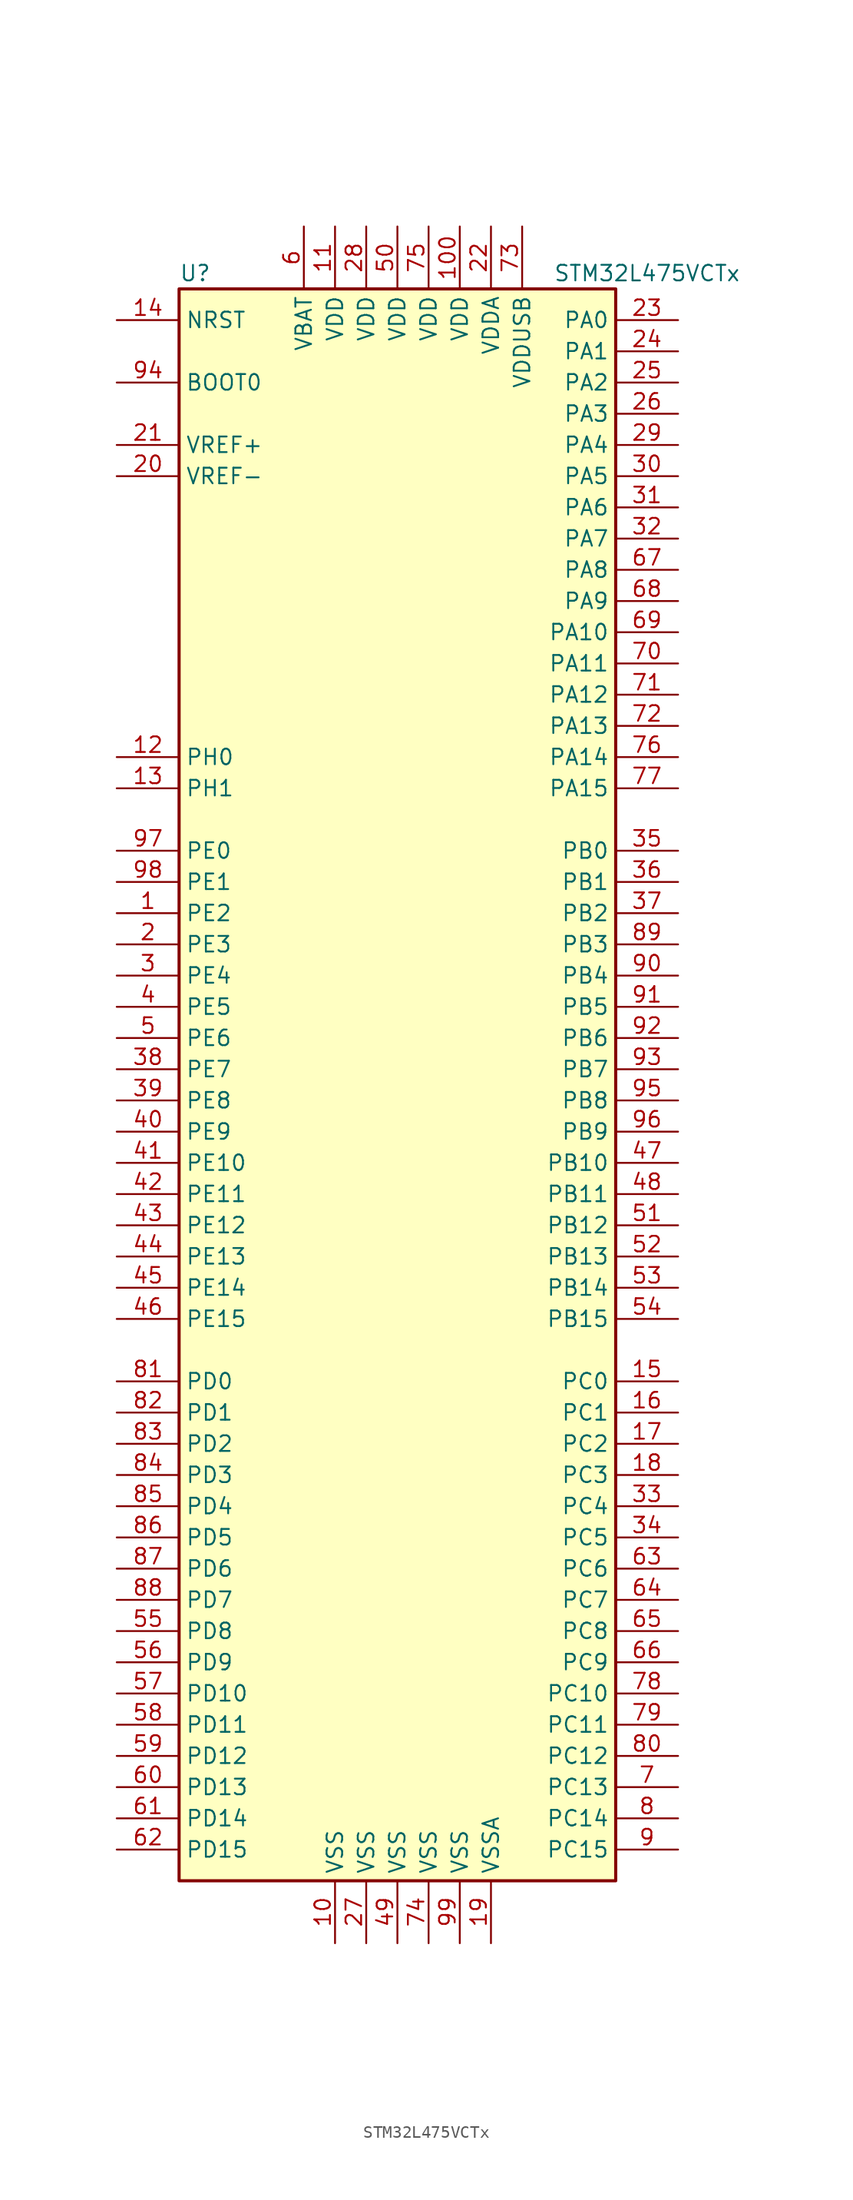
<source format=kicad_sym>
(kicad_symbol_lib
  (version 20211014)
  (generator kicad_symbol_editor)
  (symbol "STM32L475VCTx"
    (property "Reference" "U"
      (at -17.78 64.77 0)
      (effects (font (size 1.27 1.27)) (justify left)))
    (property "Value" "STM32L475VCTx"
      (at 12.7 64.77 0)
      (effects (font (size 1.27 1.27)) (justify left)))
    (symbol "STM32L475VCTx_0_1"
      (rectangle (start -17.78 -66.04) (end 17.78 63.5) (stroke (width 0.254) (type default) (color 0 0 0 0)) (fill (type background))))
    (symbol "STM32L475VCTx_1_1"
      (pin bidirectional line (at -22.86 12.7 0) (length 5.08) (name "PE2" (effects (font (size 1.27 1.27)))) (number "1" (effects (font (size 1.27 1.27)))))
      (pin power_in line (at -5.08 -71.12 90) (length 5.08) (name "VSS" (effects (font (size 1.27 1.27)))) (number "10" (effects (font (size 1.27 1.27)))))
      (pin power_in line (at 5.08 68.58 270) (length 5.08) (name "VDD" (effects (font (size 1.27 1.27)))) (number "100" (effects (font (size 1.27 1.27)))))
      (pin power_in line (at -5.08 68.58 270) (length 5.08) (name "VDD" (effects (font (size 1.27 1.27)))) (number "11" (effects (font (size 1.27 1.27)))))
      (pin input line (at -22.86 25.4 0) (length 5.08) (name "PH0" (effects (font (size 1.27 1.27)))) (number "12" (effects (font (size 1.27 1.27)))))
      (pin input line (at -22.86 22.86 0) (length 5.08) (name "PH1" (effects (font (size 1.27 1.27)))) (number "13" (effects (font (size 1.27 1.27)))))
      (pin input line (at -22.86 60.96 0) (length 5.08) (name "NRST" (effects (font (size 1.27 1.27)))) (number "14" (effects (font (size 1.27 1.27)))))
      (pin bidirectional line (at 22.86 -25.4 180) (length 5.08) (name "PC0" (effects (font (size 1.27 1.27)))) (number "15" (effects (font (size 1.27 1.27)))))
      (pin bidirectional line (at 22.86 -27.94 180) (length 5.08) (name "PC1" (effects (font (size 1.27 1.27)))) (number "16" (effects (font (size 1.27 1.27)))))
      (pin bidirectional line (at 22.86 -30.48 180) (length 5.08) (name "PC2" (effects (font (size 1.27 1.27)))) (number "17" (effects (font (size 1.27 1.27)))))
      (pin bidirectional line (at 22.86 -33.02 180) (length 5.08) (name "PC3" (effects (font (size 1.27 1.27)))) (number "18" (effects (font (size 1.27 1.27)))))
      (pin power_in line (at 7.62 -71.12 90) (length 5.08) (name "VSSA" (effects (font (size 1.27 1.27)))) (number "19" (effects (font (size 1.27 1.27)))))
      (pin bidirectional line (at -22.86 10.16 0) (length 5.08) (name "PE3" (effects (font (size 1.27 1.27)))) (number "2" (effects (font (size 1.27 1.27)))))
      (pin power_in line (at -22.86 48.26 0) (length 5.08) (name "VREF-" (effects (font (size 1.27 1.27)))) (number "20" (effects (font (size 1.27 1.27)))))
      (pin bidirectional line (at -22.86 50.8 0) (length 5.08) (name "VREF+" (effects (font (size 1.27 1.27)))) (number "21" (effects (font (size 1.27 1.27)))))
      (pin power_in line (at 7.62 68.58 270) (length 5.08) (name "VDDA" (effects (font (size 1.27 1.27)))) (number "22" (effects (font (size 1.27 1.27)))))
      (pin bidirectional line (at 22.86 60.96 180) (length 5.08) (name "PA0" (effects (font (size 1.27 1.27)))) (number "23" (effects (font (size 1.27 1.27)))))
      (pin bidirectional line (at 22.86 58.42 180) (length 5.08) (name "PA1" (effects (font (size 1.27 1.27)))) (number "24" (effects (font (size 1.27 1.27)))))
      (pin bidirectional line (at 22.86 55.88 180) (length 5.08) (name "PA2" (effects (font (size 1.27 1.27)))) (number "25" (effects (font (size 1.27 1.27)))))
      (pin bidirectional line (at 22.86 53.34 180) (length 5.08) (name "PA3" (effects (font (size 1.27 1.27)))) (number "26" (effects (font (size 1.27 1.27)))))
      (pin power_in line (at -2.54 -71.12 90) (length 5.08) (name "VSS" (effects (font (size 1.27 1.27)))) (number "27" (effects (font (size 1.27 1.27)))))
      (pin power_in line (at -2.54 68.58 270) (length 5.08) (name "VDD" (effects (font (size 1.27 1.27)))) (number "28" (effects (font (size 1.27 1.27)))))
      (pin bidirectional line (at 22.86 50.8 180) (length 5.08) (name "PA4" (effects (font (size 1.27 1.27)))) (number "29" (effects (font (size 1.27 1.27)))))
      (pin bidirectional line (at -22.86 7.62 0) (length 5.08) (name "PE4" (effects (font (size 1.27 1.27)))) (number "3" (effects (font (size 1.27 1.27)))))
      (pin bidirectional line (at 22.86 48.26 180) (length 5.08) (name "PA5" (effects (font (size 1.27 1.27)))) (number "30" (effects (font (size 1.27 1.27)))))
      (pin bidirectional line (at 22.86 45.72 180) (length 5.08) (name "PA6" (effects (font (size 1.27 1.27)))) (number "31" (effects (font (size 1.27 1.27)))))
      (pin bidirectional line (at 22.86 43.18 180) (length 5.08) (name "PA7" (effects (font (size 1.27 1.27)))) (number "32" (effects (font (size 1.27 1.27)))))
      (pin bidirectional line (at 22.86 -35.56 180) (length 5.08) (name "PC4" (effects (font (size 1.27 1.27)))) (number "33" (effects (font (size 1.27 1.27)))))
      (pin bidirectional line (at 22.86 -38.1 180) (length 5.08) (name "PC5" (effects (font (size 1.27 1.27)))) (number "34" (effects (font (size 1.27 1.27)))))
      (pin bidirectional line (at 22.86 17.78 180) (length 5.08) (name "PB0" (effects (font (size 1.27 1.27)))) (number "35" (effects (font (size 1.27 1.27)))))
      (pin bidirectional line (at 22.86 15.24 180) (length 5.08) (name "PB1" (effects (font (size 1.27 1.27)))) (number "36" (effects (font (size 1.27 1.27)))))
      (pin bidirectional line (at 22.86 12.7 180) (length 5.08) (name "PB2" (effects (font (size 1.27 1.27)))) (number "37" (effects (font (size 1.27 1.27)))))
      (pin bidirectional line (at -22.86 0 0) (length 5.08) (name "PE7" (effects (font (size 1.27 1.27)))) (number "38" (effects (font (size 1.27 1.27)))))
      (pin bidirectional line (at -22.86 -2.54 0) (length 5.08) (name "PE8" (effects (font (size 1.27 1.27)))) (number "39" (effects (font (size 1.27 1.27)))))
      (pin bidirectional line (at -22.86 5.08 0) (length 5.08) (name "PE5" (effects (font (size 1.27 1.27)))) (number "4" (effects (font (size 1.27 1.27)))))
      (pin bidirectional line (at -22.86 -5.08 0) (length 5.08) (name "PE9" (effects (font (size 1.27 1.27)))) (number "40" (effects (font (size 1.27 1.27)))))
      (pin bidirectional line (at -22.86 -7.62 0) (length 5.08) (name "PE10" (effects (font (size 1.27 1.27)))) (number "41" (effects (font (size 1.27 1.27)))))
      (pin bidirectional line (at -22.86 -10.16 0) (length 5.08) (name "PE11" (effects (font (size 1.27 1.27)))) (number "42" (effects (font (size 1.27 1.27)))))
      (pin bidirectional line (at -22.86 -12.7 0) (length 5.08) (name "PE12" (effects (font (size 1.27 1.27)))) (number "43" (effects (font (size 1.27 1.27)))))
      (pin bidirectional line (at -22.86 -15.24 0) (length 5.08) (name "PE13" (effects (font (size 1.27 1.27)))) (number "44" (effects (font (size 1.27 1.27)))))
      (pin bidirectional line (at -22.86 -17.78 0) (length 5.08) (name "PE14" (effects (font (size 1.27 1.27)))) (number "45" (effects (font (size 1.27 1.27)))))
      (pin bidirectional line (at -22.86 -20.32 0) (length 5.08) (name "PE15" (effects (font (size 1.27 1.27)))) (number "46" (effects (font (size 1.27 1.27)))))
      (pin bidirectional line (at 22.86 -7.62 180) (length 5.08) (name "PB10" (effects (font (size 1.27 1.27)))) (number "47" (effects (font (size 1.27 1.27)))))
      (pin bidirectional line (at 22.86 -10.16 180) (length 5.08) (name "PB11" (effects (font (size 1.27 1.27)))) (number "48" (effects (font (size 1.27 1.27)))))
      (pin power_in line (at 0 -71.12 90) (length 5.08) (name "VSS" (effects (font (size 1.27 1.27)))) (number "49" (effects (font (size 1.27 1.27)))))
      (pin bidirectional line (at -22.86 2.54 0) (length 5.08) (name "PE6" (effects (font (size 1.27 1.27)))) (number "5" (effects (font (size 1.27 1.27)))))
      (pin power_in line (at 0 68.58 270) (length 5.08) (name "VDD" (effects (font (size 1.27 1.27)))) (number "50" (effects (font (size 1.27 1.27)))))
      (pin bidirectional line (at 22.86 -12.7 180) (length 5.08) (name "PB12" (effects (font (size 1.27 1.27)))) (number "51" (effects (font (size 1.27 1.27)))))
      (pin bidirectional line (at 22.86 -15.24 180) (length 5.08) (name "PB13" (effects (font (size 1.27 1.27)))) (number "52" (effects (font (size 1.27 1.27)))))
      (pin bidirectional line (at 22.86 -17.78 180) (length 5.08) (name "PB14" (effects (font (size 1.27 1.27)))) (number "53" (effects (font (size 1.27 1.27)))))
      (pin bidirectional line (at 22.86 -20.32 180) (length 5.08) (name "PB15" (effects (font (size 1.27 1.27)))) (number "54" (effects (font (size 1.27 1.27)))))
      (pin bidirectional line (at -22.86 -45.72 0) (length 5.08) (name "PD8" (effects (font (size 1.27 1.27)))) (number "55" (effects (font (size 1.27 1.27)))))
      (pin bidirectional line (at -22.86 -48.26 0) (length 5.08) (name "PD9" (effects (font (size 1.27 1.27)))) (number "56" (effects (font (size 1.27 1.27)))))
      (pin bidirectional line (at -22.86 -50.8 0) (length 5.08) (name "PD10" (effects (font (size 1.27 1.27)))) (number "57" (effects (font (size 1.27 1.27)))))
      (pin bidirectional line (at -22.86 -53.34 0) (length 5.08) (name "PD11" (effects (font (size 1.27 1.27)))) (number "58" (effects (font (size 1.27 1.27)))))
      (pin bidirectional line (at -22.86 -55.88 0) (length 5.08) (name "PD12" (effects (font (size 1.27 1.27)))) (number "59" (effects (font (size 1.27 1.27)))))
      (pin power_in line (at -7.62 68.58 270) (length 5.08) (name "VBAT" (effects (font (size 1.27 1.27)))) (number "6" (effects (font (size 1.27 1.27)))))
      (pin bidirectional line (at -22.86 -58.42 0) (length 5.08) (name "PD13" (effects (font (size 1.27 1.27)))) (number "60" (effects (font (size 1.27 1.27)))))
      (pin bidirectional line (at -22.86 -60.96 0) (length 5.08) (name "PD14" (effects (font (size 1.27 1.27)))) (number "61" (effects (font (size 1.27 1.27)))))
      (pin bidirectional line (at -22.86 -63.5 0) (length 5.08) (name "PD15" (effects (font (size 1.27 1.27)))) (number "62" (effects (font (size 1.27 1.27)))))
      (pin bidirectional line (at 22.86 -40.64 180) (length 5.08) (name "PC6" (effects (font (size 1.27 1.27)))) (number "63" (effects (font (size 1.27 1.27)))))
      (pin bidirectional line (at 22.86 -43.18 180) (length 5.08) (name "PC7" (effects (font (size 1.27 1.27)))) (number "64" (effects (font (size 1.27 1.27)))))
      (pin bidirectional line (at 22.86 -45.72 180) (length 5.08) (name "PC8" (effects (font (size 1.27 1.27)))) (number "65" (effects (font (size 1.27 1.27)))))
      (pin bidirectional line (at 22.86 -48.26 180) (length 5.08) (name "PC9" (effects (font (size 1.27 1.27)))) (number "66" (effects (font (size 1.27 1.27)))))
      (pin bidirectional line (at 22.86 40.64 180) (length 5.08) (name "PA8" (effects (font (size 1.27 1.27)))) (number "67" (effects (font (size 1.27 1.27)))))
      (pin bidirectional line (at 22.86 38.1 180) (length 5.08) (name "PA9" (effects (font (size 1.27 1.27)))) (number "68" (effects (font (size 1.27 1.27)))))
      (pin bidirectional line (at 22.86 35.56 180) (length 5.08) (name "PA10" (effects (font (size 1.27 1.27)))) (number "69" (effects (font (size 1.27 1.27)))))
      (pin bidirectional line (at 22.86 -58.42 180) (length 5.08) (name "PC13" (effects (font (size 1.27 1.27)))) (number "7" (effects (font (size 1.27 1.27)))))
      (pin bidirectional line (at 22.86 33.02 180) (length 5.08) (name "PA11" (effects (font (size 1.27 1.27)))) (number "70" (effects (font (size 1.27 1.27)))))
      (pin bidirectional line (at 22.86 30.48 180) (length 5.08) (name "PA12" (effects (font (size 1.27 1.27)))) (number "71" (effects (font (size 1.27 1.27)))))
      (pin bidirectional line (at 22.86 27.94 180) (length 5.08) (name "PA13" (effects (font (size 1.27 1.27)))) (number "72" (effects (font (size 1.27 1.27)))))
      (pin power_in line (at 10.16 68.58 270) (length 5.08) (name "VDDUSB" (effects (font (size 1.27 1.27)))) (number "73" (effects (font (size 1.27 1.27)))))
      (pin power_in line (at 2.54 -71.12 90) (length 5.08) (name "VSS" (effects (font (size 1.27 1.27)))) (number "74" (effects (font (size 1.27 1.27)))))
      (pin power_in line (at 2.54 68.58 270) (length 5.08) (name "VDD" (effects (font (size 1.27 1.27)))) (number "75" (effects (font (size 1.27 1.27)))))
      (pin bidirectional line (at 22.86 25.4 180) (length 5.08) (name "PA14" (effects (font (size 1.27 1.27)))) (number "76" (effects (font (size 1.27 1.27)))))
      (pin bidirectional line (at 22.86 22.86 180) (length 5.08) (name "PA15" (effects (font (size 1.27 1.27)))) (number "77" (effects (font (size 1.27 1.27)))))
      (pin bidirectional line (at 22.86 -50.8 180) (length 5.08) (name "PC10" (effects (font (size 1.27 1.27)))) (number "78" (effects (font (size 1.27 1.27)))))
      (pin bidirectional line (at 22.86 -53.34 180) (length 5.08) (name "PC11" (effects (font (size 1.27 1.27)))) (number "79" (effects (font (size 1.27 1.27)))))
      (pin bidirectional line (at 22.86 -60.96 180) (length 5.08) (name "PC14" (effects (font (size 1.27 1.27)))) (number "8" (effects (font (size 1.27 1.27)))))
      (pin bidirectional line (at 22.86 -55.88 180) (length 5.08) (name "PC12" (effects (font (size 1.27 1.27)))) (number "80" (effects (font (size 1.27 1.27)))))
      (pin bidirectional line (at -22.86 -25.4 0) (length 5.08) (name "PD0" (effects (font (size 1.27 1.27)))) (number "81" (effects (font (size 1.27 1.27)))))
      (pin bidirectional line (at -22.86 -27.94 0) (length 5.08) (name "PD1" (effects (font (size 1.27 1.27)))) (number "82" (effects (font (size 1.27 1.27)))))
      (pin bidirectional line (at -22.86 -30.48 0) (length 5.08) (name "PD2" (effects (font (size 1.27 1.27)))) (number "83" (effects (font (size 1.27 1.27)))))
      (pin bidirectional line (at -22.86 -33.02 0) (length 5.08) (name "PD3" (effects (font (size 1.27 1.27)))) (number "84" (effects (font (size 1.27 1.27)))))
      (pin bidirectional line (at -22.86 -35.56 0) (length 5.08) (name "PD4" (effects (font (size 1.27 1.27)))) (number "85" (effects (font (size 1.27 1.27)))))
      (pin bidirectional line (at -22.86 -38.1 0) (length 5.08) (name "PD5" (effects (font (size 1.27 1.27)))) (number "86" (effects (font (size 1.27 1.27)))))
      (pin bidirectional line (at -22.86 -40.64 0) (length 5.08) (name "PD6" (effects (font (size 1.27 1.27)))) (number "87" (effects (font (size 1.27 1.27)))))
      (pin bidirectional line (at -22.86 -43.18 0) (length 5.08) (name "PD7" (effects (font (size 1.27 1.27)))) (number "88" (effects (font (size 1.27 1.27)))))
      (pin bidirectional line (at 22.86 10.16 180) (length 5.08) (name "PB3" (effects (font (size 1.27 1.27)))) (number "89" (effects (font (size 1.27 1.27)))))
      (pin bidirectional line (at 22.86 -63.5 180) (length 5.08) (name "PC15" (effects (font (size 1.27 1.27)))) (number "9" (effects (font (size 1.27 1.27)))))
      (pin bidirectional line (at 22.86 7.62 180) (length 5.08) (name "PB4" (effects (font (size 1.27 1.27)))) (number "90" (effects (font (size 1.27 1.27)))))
      (pin bidirectional line (at 22.86 5.08 180) (length 5.08) (name "PB5" (effects (font (size 1.27 1.27)))) (number "91" (effects (font (size 1.27 1.27)))))
      (pin bidirectional line (at 22.86 2.54 180) (length 5.08) (name "PB6" (effects (font (size 1.27 1.27)))) (number "92" (effects (font (size 1.27 1.27)))))
      (pin bidirectional line (at 22.86 0 180) (length 5.08) (name "PB7" (effects (font (size 1.27 1.27)))) (number "93" (effects (font (size 1.27 1.27)))))
      (pin input line (at -22.86 55.88 0) (length 5.08) (name "BOOT0" (effects (font (size 1.27 1.27)))) (number "94" (effects (font (size 1.27 1.27)))))
      (pin bidirectional line (at 22.86 -2.54 180) (length 5.08) (name "PB8" (effects (font (size 1.27 1.27)))) (number "95" (effects (font (size 1.27 1.27)))))
      (pin bidirectional line (at 22.86 -5.08 180) (length 5.08) (name "PB9" (effects (font (size 1.27 1.27)))) (number "96" (effects (font (size 1.27 1.27)))))
      (pin bidirectional line (at -22.86 17.78 0) (length 5.08) (name "PE0" (effects (font (size 1.27 1.27)))) (number "97" (effects (font (size 1.27 1.27)))))
      (pin bidirectional line (at -22.86 15.24 0) (length 5.08) (name "PE1" (effects (font (size 1.27 1.27)))) (number "98" (effects (font (size 1.27 1.27)))))
      (pin power_in line (at 5.08 -71.12 90) (length 5.08) (name "VSS" (effects (font (size 1.27 1.27)))) (number "99" (effects (font (size 1.27 1.27))))))))
</source>
